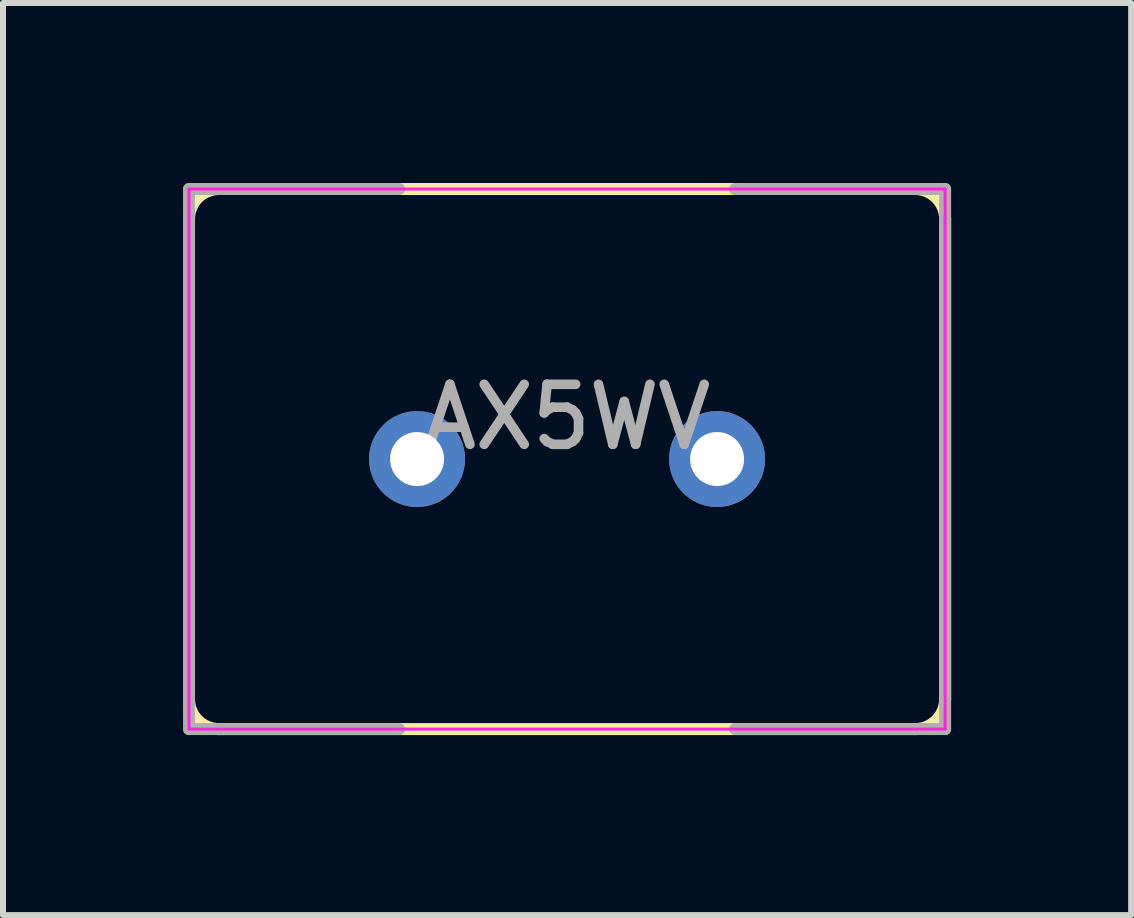
<source format=kicad_pcb>
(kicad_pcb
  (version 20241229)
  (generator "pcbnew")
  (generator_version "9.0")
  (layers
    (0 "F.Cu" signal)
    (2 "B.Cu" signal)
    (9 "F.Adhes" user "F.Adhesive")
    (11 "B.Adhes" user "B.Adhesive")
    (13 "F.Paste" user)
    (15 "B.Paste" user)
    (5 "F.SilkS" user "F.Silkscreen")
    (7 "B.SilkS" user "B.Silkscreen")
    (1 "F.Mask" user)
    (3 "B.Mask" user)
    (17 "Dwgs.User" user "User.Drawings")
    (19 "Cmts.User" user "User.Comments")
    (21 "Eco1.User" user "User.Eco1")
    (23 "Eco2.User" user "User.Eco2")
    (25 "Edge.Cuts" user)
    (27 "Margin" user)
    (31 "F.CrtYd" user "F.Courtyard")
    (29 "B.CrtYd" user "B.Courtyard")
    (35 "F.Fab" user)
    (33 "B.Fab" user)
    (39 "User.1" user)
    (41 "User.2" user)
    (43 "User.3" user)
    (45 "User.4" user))
  (footprint "AX5WV"
    (layer "F.Cu")
    (at 6.4 4.6)
    (property "Reference" "AX5WV" (at 0 -0.7 0) (layer "F.Fab") (effects (font (size 1 1) (thickness 0.16))))
    (attr through_hole)
    (fp_line (start -6.3 4) (end -6.3 -4) (stroke (width 0.2) (type solid)) (layer "F.SilkS"))
    (fp_line (start -5.8 -4.5) (end 5.8 -4.5) (stroke (width 0.2) (type solid)) (layer "F.SilkS"))
    (fp_line (start -5.8 4.5) (end 5.8 4.5) (stroke (width 0.2) (type solid)) (layer "F.SilkS"))
    (fp_line (start 6.3 4) (end 6.3 -4) (stroke (width 0.2) (type solid)) (layer "F.SilkS"))
    (fp_arc (start -6.3 -4) (mid -6.153553 -4.353553) (end -5.8 -4.5) (stroke (width 0.2) (type solid)) (layer "F.SilkS"))
    (fp_arc (start -5.8 4.5) (mid -6.153553 4.353553) (end -6.3 4) (stroke (width 0.2) (type solid)) (layer "F.SilkS"))
    (fp_arc (start 5.8 -4.5) (mid 6.153553 -4.353553) (end 6.3 -4) (stroke (width 0.2) (type solid)) (layer "F.SilkS"))
    (fp_arc (start 6.3 4) (mid 6.153553 4.353553) (end 5.8 4.5) (stroke (width 0.2) (type solid)) (layer "F.SilkS"))
    (fp_line (start -6.3 -4.5) (end -6.3 4.5) (stroke (width 0.05) (type solid)) (layer "F.CrtYd"))
    (fp_line (start -6.3 -4.5) (end 6.3 -4.5) (stroke (width 0.05) (type solid)) (layer "F.CrtYd"))
    (fp_line (start -6.3 4.5) (end 6.3 4.5) (stroke (width 0.05) (type solid)) (layer "F.CrtYd"))
    (fp_line (start 6.3 -4.5) (end 6.3 4.5) (stroke (width 0.05) (type solid)) (layer "F.CrtYd"))
    (fp_line (start -6.3 -4.5) (end -2.8 -4.5) (stroke (width 0.2) (type solid)) (layer "F.Fab"))
    (fp_line (start -6.3 4.5) (end -6.3 -4.5) (stroke (width 0.2) (type solid)) (layer "F.Fab"))
    (fp_line (start -6.3 4.5) (end -2.8 4.5) (stroke (width 0.2) (type solid)) (layer "F.Fab"))
    (fp_line (start 2.8 -4.5) (end 6.3 -4.5) (stroke (width 0.2) (type solid)) (layer "F.Fab"))
    (fp_line (start 2.8 4.5) (end 6.3 4.5) (stroke (width 0.2) (type solid)) (layer "F.Fab"))
    (fp_line (start 6.3 4.5) (end 6.3 -4.5) (stroke (width 0.2) (type solid)) (layer "F.Fab"))
    (pad "1" thru_hole circle (at -2.5 0) (size 1.6 1.6) (drill 0.9) (layers "*.Cu" "*.Mask"))
    (pad "2" thru_hole circle (at 2.5 0) (size 1.6 1.6) (drill 0.9) (layers "*.Cu" "*.Mask")))
  (gr_rect
    (start -3 -3)
    (end 15.8 12.2)
    (stroke (width 0.1) (type default))
    (fill no)
    (layer "Edge.Cuts")))
</source>
